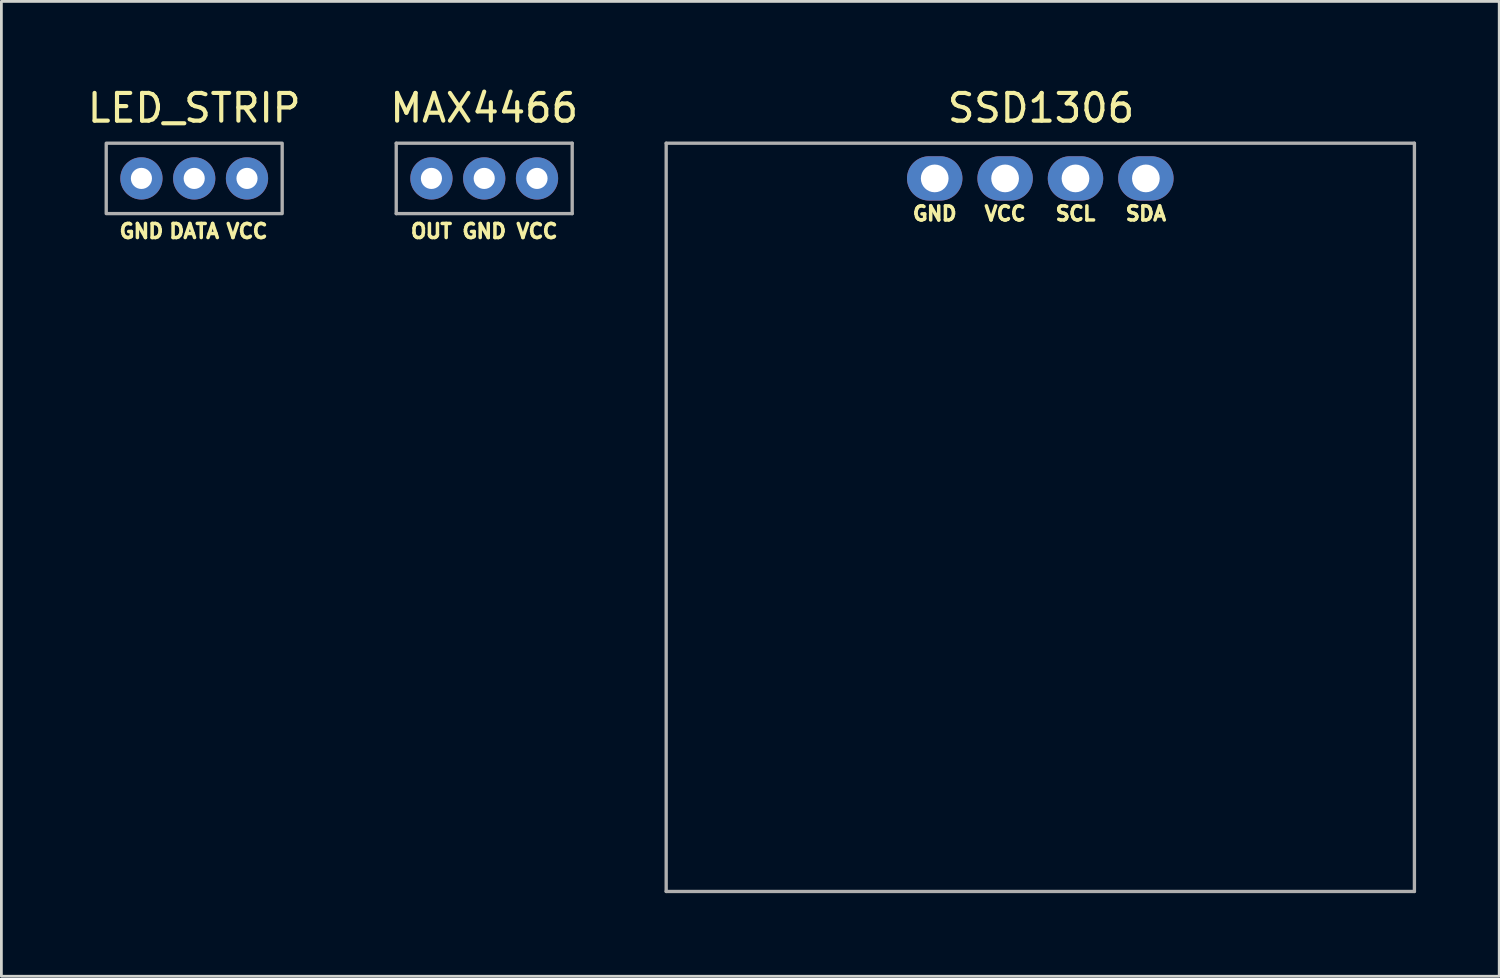
<source format=kicad_pcb>
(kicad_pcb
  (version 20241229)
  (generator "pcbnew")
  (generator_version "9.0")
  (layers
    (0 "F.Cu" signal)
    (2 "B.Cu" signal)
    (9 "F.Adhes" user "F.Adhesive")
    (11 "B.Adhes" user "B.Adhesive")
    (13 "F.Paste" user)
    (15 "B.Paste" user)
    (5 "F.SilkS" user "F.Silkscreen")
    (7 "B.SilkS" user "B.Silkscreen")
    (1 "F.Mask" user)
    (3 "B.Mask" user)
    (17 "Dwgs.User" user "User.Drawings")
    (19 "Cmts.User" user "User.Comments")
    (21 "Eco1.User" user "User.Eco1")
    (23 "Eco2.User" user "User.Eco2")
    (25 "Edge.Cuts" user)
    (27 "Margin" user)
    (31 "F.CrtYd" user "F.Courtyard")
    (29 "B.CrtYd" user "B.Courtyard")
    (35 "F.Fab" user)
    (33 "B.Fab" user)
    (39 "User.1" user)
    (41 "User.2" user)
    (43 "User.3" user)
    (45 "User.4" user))
  (footprint "LED_STRIP"
    (layer "F.Cu")
    (at 3.958 3.388)
    (property "Reference" "LED_STRIP" (at 0 -2.54 0) (unlocked yes) (layer "F.SilkS") (effects (font (size 1 1) (thickness 0.15))))
    (attr through_hole)
    (fp_rect (start -3.175 -1.27) (end 3.175 1.27) (stroke (width 0.12) (type solid)) (fill no) (layer "F.Fab"))
    (fp_text user "GND" (at -1.905 1.905 0) (unlocked yes) (layer "F.SilkS") (effects (font (size 0.508 0.508) (thickness 0.127))))
    (fp_text user "VCC" (at 1.905 1.905 0) (unlocked yes) (layer "F.SilkS") (effects (font (size 0.508 0.508) (thickness 0.127))))
    (fp_text user "DATA" (at 0 1.905 0) (unlocked yes) (layer "F.SilkS") (effects (font (size 0.508 0.508) (thickness 0.127))))
    (pad "1" thru_hole circle (at 1.905 0) (size 1.524 1.524) (drill 0.762) (layers "*.Cu" "*.Mask"))
    (pad "2" thru_hole circle (at 0 0) (size 1.524 1.524) (drill 0.762) (layers "*.Cu" "*.Mask"))
    (pad "3" thru_hole circle (at -1.905 0) (size 1.524 1.524) (drill 0.762) (layers "*.Cu" "*.Mask")))
  (footprint "SSD1306"
    (layer "F.Cu")
    (at 34.489 2.118)
    (property "Reference" "SSD1306" (at 0.025 -1.27 0) (unlocked yes) (layer "F.SilkS") (effects (font (size 1 1) (thickness 0.15))))
    (attr through_hole)
    (fp_line (start -13.5 27) (end -13.5 0) (stroke (width 0.12) (type solid)) (layer "F.Fab"))
    (fp_line (start -13.5 27) (end 13.5 27) (stroke (width 0.12) (type solid)) (layer "F.Fab"))
    (fp_line (start 13.5 0) (end -13.5 0) (stroke (width 0.12) (type solid)) (layer "F.Fab"))
    (fp_line (start 13.5 27) (end 13.5 0) (stroke (width 0.12) (type solid)) (layer "F.Fab"))
    (fp_text user "SCL" (at 1.27 2.54 0) (unlocked yes) (layer "F.SilkS") (effects (font (size 0.508 0.508) (thickness 0.127))))
    (fp_text user "VCC" (at -1.27 2.54 0) (unlocked yes) (layer "F.SilkS") (effects (font (size 0.508 0.508) (thickness 0.127))))
    (fp_text user "GND" (at -3.81 2.54 0) (unlocked yes) (layer "F.SilkS") (effects (font (size 0.508 0.508) (thickness 0.127))))
    (fp_text user "SDA" (at 3.81 2.54 0) (unlocked yes) (layer "F.SilkS") (effects (font (size 0.508 0.508) (thickness 0.127))))
    (pad "1" thru_hole oval (at 3.81 1.27) (size 2 1.6) (drill 1) (layers "*.Cu" "*.Mask"))
    (pad "2" thru_hole oval (at 1.27 1.27) (size 2 1.6) (drill 1) (layers "*.Cu" "*.Mask"))
    (pad "3" thru_hole oval (at -1.27 1.27) (size 2 1.6) (drill 1) (layers "*.Cu" "*.Mask"))
    (pad "4" thru_hole oval (at -3.81 1.27) (size 2 1.6) (drill 1) (layers "*.Cu" "*.Mask")))
  (footprint "MAX4466"
    (layer "F.Cu")
    (at 14.423 3.388)
    (property "Reference" "MAX4466" (at 0 -2.54 0) (unlocked yes) (layer "F.SilkS") (effects (font (size 1 1) (thickness 0.15))))
    (attr through_hole)
    (fp_line (start -3.175 -1.27) (end -3.175 1.27) (stroke (width 0.12) (type solid)) (layer "F.Fab"))
    (fp_line (start -3.175 1.27) (end 3.175 1.27) (stroke (width 0.12) (type solid)) (layer "F.Fab"))
    (fp_line (start 3.175 -1.27) (end -3.175 -1.27) (stroke (width 0.12) (type solid)) (layer "F.Fab"))
    (fp_line (start 3.175 1.27) (end 3.175 -1.27) (stroke (width 0.12) (type solid)) (layer "F.Fab"))
    (fp_text user "VCC" (at 1.905 1.905 0) (unlocked yes) (layer "F.SilkS") (effects (font (size 0.508 0.508) (thickness 0.127))))
    (fp_text user "OUT" (at -1.905 1.905 0) (unlocked yes) (layer "F.SilkS") (effects (font (size 0.508 0.508) (thickness 0.127))))
    (fp_text user "GND" (at 0 1.905 0) (unlocked yes) (layer "F.SilkS") (effects (font (size 0.508 0.508) (thickness 0.127))))
    (pad "1" thru_hole circle (at 1.905 0) (size 1.524 1.524) (drill 0.762) (layers "*.Cu" "*.Mask"))
    (pad "2" thru_hole circle (at 0 0) (size 1.524 1.524) (drill 0.762) (layers "*.Cu" "*.Mask"))
    (pad "3" thru_hole circle (at -1.905 0) (size 1.524 1.524) (drill 0.762) (layers "*.Cu" "*.Mask")))
  (gr_rect
    (start -3 -3)
    (end 51.049 32.178)
    (stroke (width 0.1) (type default))
    (fill no)
    (layer "Edge.Cuts")))
</source>
